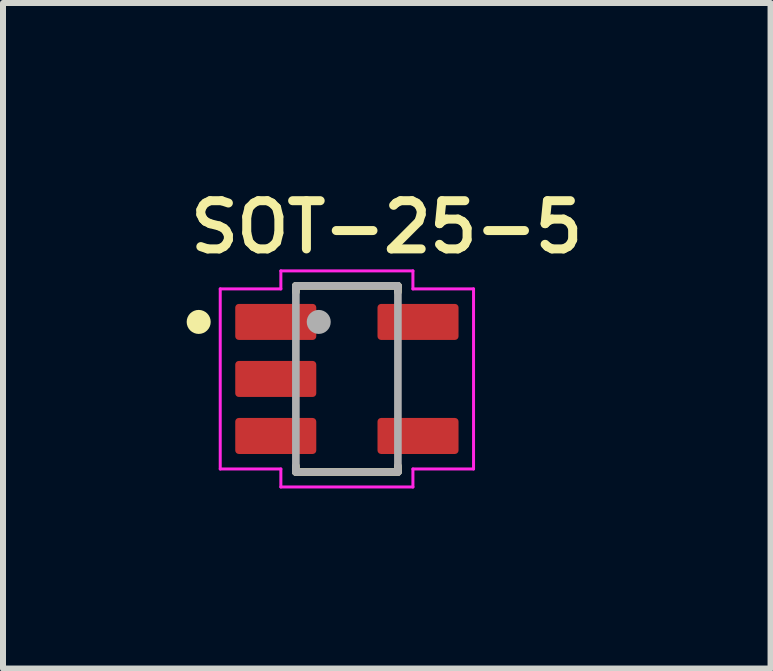
<source format=kicad_pcb>
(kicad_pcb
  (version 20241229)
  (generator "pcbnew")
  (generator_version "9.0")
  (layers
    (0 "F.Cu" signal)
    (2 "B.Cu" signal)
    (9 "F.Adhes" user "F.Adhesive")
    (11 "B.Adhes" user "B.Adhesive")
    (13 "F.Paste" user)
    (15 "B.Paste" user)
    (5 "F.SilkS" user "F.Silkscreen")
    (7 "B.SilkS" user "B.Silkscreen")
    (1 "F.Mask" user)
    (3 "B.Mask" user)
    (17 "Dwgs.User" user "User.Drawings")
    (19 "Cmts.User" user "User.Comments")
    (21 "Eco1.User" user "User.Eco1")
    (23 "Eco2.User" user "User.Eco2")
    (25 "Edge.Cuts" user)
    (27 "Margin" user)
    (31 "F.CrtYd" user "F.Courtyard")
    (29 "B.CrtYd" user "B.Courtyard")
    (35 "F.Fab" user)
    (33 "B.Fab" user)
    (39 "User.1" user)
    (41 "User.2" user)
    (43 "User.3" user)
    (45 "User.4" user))
  (footprint "SOT-25-5"
    (layer "F.Cu")
    (at 2.729 3.263)
    (property "Reference" "SOT-25-5" (at 0.664 -2.53 0) (layer "F.SilkS") (effects (font (size 0.803 0.803) (thickness 0.15))))
    (attr smd)
    (fp_line (start -0.85 -1.55) (end -0.85 -1.45) (stroke (width 0.127) (type solid)) (layer "F.SilkS"))
    (fp_line (start -0.85 1.55) (end -0.85 1.45) (stroke (width 0.127) (type solid)) (layer "F.SilkS"))
    (fp_line (start 0.85 -1.55) (end -0.85 -1.55) (stroke (width 0.127) (type solid)) (layer "F.SilkS"))
    (fp_line (start 0.85 -1.55) (end 0.85 -1.45) (stroke (width 0.127) (type solid)) (layer "F.SilkS"))
    (fp_line (start 0.85 1.55) (end -0.85 1.55) (stroke (width 0.127) (type solid)) (layer "F.SilkS"))
    (fp_line (start 0.85 1.55) (end 0.85 1.45) (stroke (width 0.127) (type solid)) (layer "F.SilkS"))
    (fp_circle (center -2.469 -0.95) (end -2.369 -0.95) (stroke (width 0.2) (type solid)) (fill no) (layer "F.SilkS"))
    (fp_line (start -2.11 -1.5) (end -2.11 1.5) (stroke (width 0.05) (type solid)) (layer "F.CrtYd"))
    (fp_line (start -2.11 1.5) (end -1.1 1.5) (stroke (width 0.05) (type solid)) (layer "F.CrtYd"))
    (fp_line (start -1.1 -1.8) (end -1.1 -1.5) (stroke (width 0.05) (type solid)) (layer "F.CrtYd"))
    (fp_line (start -1.1 -1.5) (end -2.11 -1.5) (stroke (width 0.05) (type solid)) (layer "F.CrtYd"))
    (fp_line (start -1.1 1.5) (end -1.1 1.8) (stroke (width 0.05) (type solid)) (layer "F.CrtYd"))
    (fp_line (start -1.1 1.8) (end 1.1 1.8) (stroke (width 0.05) (type solid)) (layer "F.CrtYd"))
    (fp_line (start 1.1 -1.8) (end -1.1 -1.8) (stroke (width 0.05) (type solid)) (layer "F.CrtYd"))
    (fp_line (start 1.1 -1.5) (end 1.1 -1.8) (stroke (width 0.05) (type solid)) (layer "F.CrtYd"))
    (fp_line (start 1.1 1.5) (end 2.11 1.5) (stroke (width 0.05) (type solid)) (layer "F.CrtYd"))
    (fp_line (start 1.1 1.8) (end 1.1 1.5) (stroke (width 0.05) (type solid)) (layer "F.CrtYd"))
    (fp_line (start 2.11 -1.5) (end 1.1 -1.5) (stroke (width 0.05) (type solid)) (layer "F.CrtYd"))
    (fp_line (start 2.11 1.5) (end 2.11 -1.5) (stroke (width 0.05) (type solid)) (layer "F.CrtYd"))
    (fp_line (start -0.85 -1.55) (end 0.85 -1.55) (stroke (width 0.127) (type solid)) (layer "F.Fab"))
    (fp_line (start -0.85 1.55) (end -0.85 -1.55) (stroke (width 0.127) (type solid)) (layer "F.Fab"))
    (fp_line (start 0.85 -1.55) (end 0.85 1.55) (stroke (width 0.127) (type solid)) (layer "F.Fab"))
    (fp_line (start 0.85 1.55) (end -0.85 1.55) (stroke (width 0.127) (type solid)) (layer "F.Fab"))
    (fp_circle (center -0.469 -0.95) (end -0.369 -0.95) (stroke (width 0.2) (type solid)) (fill no) (layer "F.Fab"))
    (pad "1" smd roundrect (at -1.185 -0.95 270) (size 0.6 1.35) (layers "F.Cu" "F.Mask" "F.Paste") (roundrect_rratio 0.1))
    (pad "2" smd roundrect (at -1.185 0 270) (size 0.6 1.35) (layers "F.Cu" "F.Mask" "F.Paste") (roundrect_rratio 0.1))
    (pad "3" smd roundrect (at -1.185 0.95 270) (size 0.6 1.35) (layers "F.Cu" "F.Mask" "F.Paste") (roundrect_rratio 0.1))
    (pad "4" smd roundrect (at 1.185 0.95 270) (size 0.6 1.35) (layers "F.Cu" "F.Mask" "F.Paste") (roundrect_rratio 0.1))
    (pad "5" smd roundrect (at 1.185 -0.95 270) (size 0.6 1.35) (layers "F.Cu" "F.Mask" "F.Paste") (roundrect_rratio 0.1)))
  (gr_rect
    (start -3 -3)
    (end 9.787 8.088)
    (stroke (width 0.1) (type default))
    (fill no)
    (layer "Edge.Cuts")))
</source>
